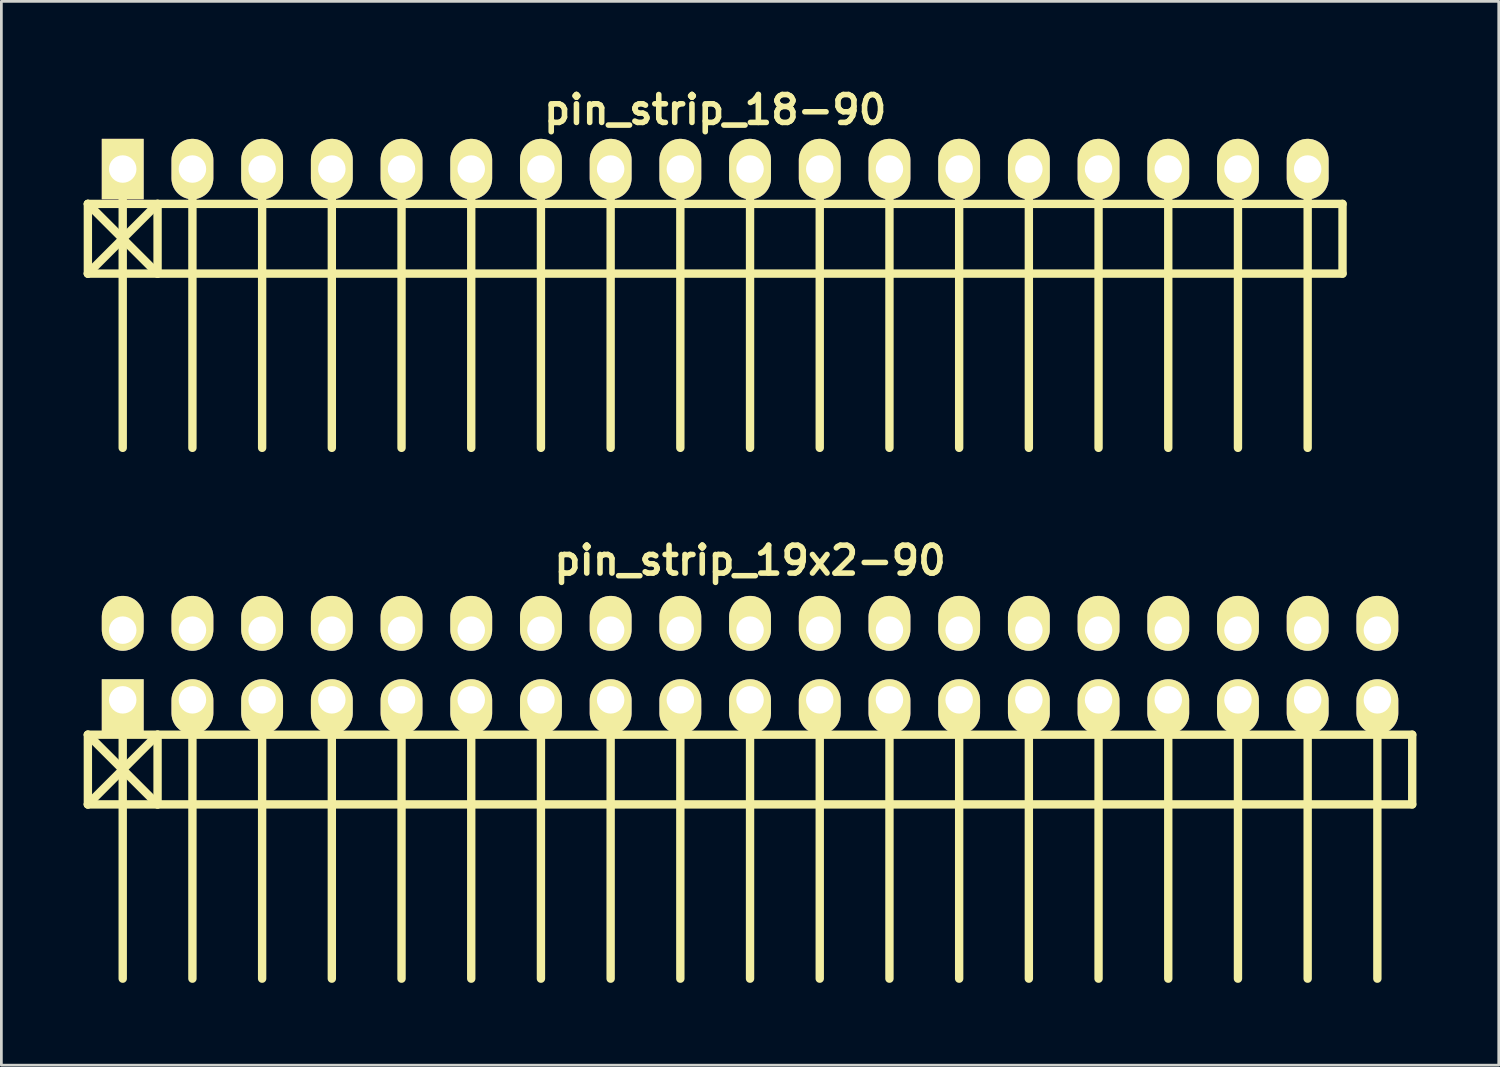
<source format=kicad_pcb>
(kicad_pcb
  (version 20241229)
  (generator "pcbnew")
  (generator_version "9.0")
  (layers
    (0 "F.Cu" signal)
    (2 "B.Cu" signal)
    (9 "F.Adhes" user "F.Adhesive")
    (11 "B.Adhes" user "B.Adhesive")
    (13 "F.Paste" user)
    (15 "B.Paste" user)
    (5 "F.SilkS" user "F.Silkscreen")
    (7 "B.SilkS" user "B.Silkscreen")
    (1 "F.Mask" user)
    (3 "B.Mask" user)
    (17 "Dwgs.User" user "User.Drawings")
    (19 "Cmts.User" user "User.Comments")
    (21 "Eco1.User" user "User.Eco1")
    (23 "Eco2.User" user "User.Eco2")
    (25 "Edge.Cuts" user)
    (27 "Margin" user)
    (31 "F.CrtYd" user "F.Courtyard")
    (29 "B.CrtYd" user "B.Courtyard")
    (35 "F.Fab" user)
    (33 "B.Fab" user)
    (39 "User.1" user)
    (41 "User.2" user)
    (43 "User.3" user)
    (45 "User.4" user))
  (footprint "pin_strip_19x2-90"
    (layer "F.Cu")
    (at 24.282 21.183)
    (property "Reference" "pin_strip_19x2-90" (at 0 -3.81 0) (layer "F.SilkS") (effects (font (size 1.016 1.016) (thickness 0.203))))
    (attr through_hole)
    (fp_line (start -24.13 2.54) (end -21.59 5.08) (stroke (width 0.305) (type solid)) (layer "F.SilkS"))
    (fp_line (start -24.13 5.08) (end -24.13 2.54) (stroke (width 0.305) (type solid)) (layer "F.SilkS"))
    (fp_line (start -24.13 5.08) (end 24.13 5.08) (stroke (width 0.305) (type solid)) (layer "F.SilkS"))
    (fp_line (start -22.86 1.27) (end -22.86 11.43) (stroke (width 0.305) (type solid)) (layer "F.SilkS"))
    (fp_line (start -21.59 2.54) (end -24.13 5.08) (stroke (width 0.305) (type solid)) (layer "F.SilkS"))
    (fp_line (start -21.59 5.08) (end -21.59 2.54) (stroke (width 0.305) (type solid)) (layer "F.SilkS"))
    (fp_line (start -20.32 1.27) (end -20.32 11.43) (stroke (width 0.305) (type solid)) (layer "F.SilkS"))
    (fp_line (start -17.78 11.43) (end -17.78 1.27) (stroke (width 0.305) (type solid)) (layer "F.SilkS"))
    (fp_line (start -15.24 1.27) (end -15.24 11.43) (stroke (width 0.305) (type solid)) (layer "F.SilkS"))
    (fp_line (start -12.7 1.27) (end -12.7 11.43) (stroke (width 0.305) (type solid)) (layer "F.SilkS"))
    (fp_line (start -10.16 1.27) (end -10.16 11.43) (stroke (width 0.305) (type solid)) (layer "F.SilkS"))
    (fp_line (start -7.62 1.27) (end -7.62 11.43) (stroke (width 0.305) (type solid)) (layer "F.SilkS"))
    (fp_line (start -5.08 1.27) (end -5.08 11.43) (stroke (width 0.305) (type solid)) (layer "F.SilkS"))
    (fp_line (start -2.54 1.27) (end -2.54 11.43) (stroke (width 0.305) (type solid)) (layer "F.SilkS"))
    (fp_line (start 0 1.27) (end 0 11.43) (stroke (width 0.305) (type solid)) (layer "F.SilkS"))
    (fp_line (start 2.54 1.27) (end 2.54 11.43) (stroke (width 0.305) (type solid)) (layer "F.SilkS"))
    (fp_line (start 5.08 1.27) (end 5.08 11.43) (stroke (width 0.305) (type solid)) (layer "F.SilkS"))
    (fp_line (start 7.62 11.43) (end 7.62 1.27) (stroke (width 0.305) (type solid)) (layer "F.SilkS"))
    (fp_line (start 10.16 1.27) (end 10.16 11.43) (stroke (width 0.305) (type solid)) (layer "F.SilkS"))
    (fp_line (start 12.7 1.27) (end 12.7 11.43) (stroke (width 0.305) (type solid)) (layer "F.SilkS"))
    (fp_line (start 15.24 1.27) (end 15.24 11.43) (stroke (width 0.305) (type solid)) (layer "F.SilkS"))
    (fp_line (start 17.78 1.27) (end 17.78 11.43) (stroke (width 0.305) (type solid)) (layer "F.SilkS"))
    (fp_line (start 20.32 1.27) (end 20.32 11.43) (stroke (width 0.305) (type solid)) (layer "F.SilkS"))
    (fp_line (start 22.86 1.27) (end 22.86 11.43) (stroke (width 0.305) (type solid)) (layer "F.SilkS"))
    (fp_line (start 24.13 2.54) (end -24.13 2.54) (stroke (width 0.305) (type solid)) (layer "F.SilkS"))
    (fp_line (start 24.13 2.54) (end 24.13 5.08) (stroke (width 0.305) (type solid)) (layer "F.SilkS"))
    (pad "1" thru_hole rect (at -22.86 1.27) (size 1.524 1.999) (drill 1.001 (offset 0 0.249)) (layers "*.Cu" "*.Mask" "F.SilkS"))
    (pad "2" thru_hole oval (at -22.86 -1.27) (size 1.524 1.999) (drill 1.001 (offset 0 -0.249)) (layers "*.Cu" "*.Mask" "F.SilkS"))
    (pad "3" thru_hole oval (at -20.32 1.27) (size 1.524 1.999) (drill 1.001 (offset 0 0.249)) (layers "*.Cu" "*.Mask" "F.SilkS"))
    (pad "4" thru_hole oval (at -20.32 -1.27) (size 1.524 1.999) (drill 1.001 (offset 0 -0.249)) (layers "*.Cu" "*.Mask" "F.SilkS"))
    (pad "5" thru_hole oval (at -17.78 1.27) (size 1.524 1.999) (drill 1.001 (offset 0 0.249)) (layers "*.Cu" "*.Mask" "F.SilkS"))
    (pad "6" thru_hole oval (at -17.78 -1.27) (size 1.524 1.999) (drill 1.001 (offset 0 -0.249)) (layers "*.Cu" "*.Mask" "F.SilkS"))
    (pad "7" thru_hole oval (at -15.24 1.27) (size 1.524 1.999) (drill 1.001 (offset 0 0.249)) (layers "*.Cu" "*.Mask" "F.SilkS"))
    (pad "8" thru_hole oval (at -15.24 -1.27) (size 1.524 1.999) (drill 1.001 (offset 0 -0.249)) (layers "*.Cu" "*.Mask" "F.SilkS"))
    (pad "9" thru_hole oval (at -12.7 1.27) (size 1.524 1.999) (drill 1.001 (offset 0 0.249)) (layers "*.Cu" "*.Mask" "F.SilkS"))
    (pad "10" thru_hole oval (at -12.7 -1.27) (size 1.524 1.999) (drill 1.001 (offset 0 -0.249)) (layers "*.Cu" "*.Mask" "F.SilkS"))
    (pad "11" thru_hole oval (at -10.16 1.27) (size 1.524 1.999) (drill 1.001 (offset 0 0.249)) (layers "*.Cu" "*.Mask" "F.SilkS"))
    (pad "12" thru_hole oval (at -10.16 -1.27) (size 1.524 1.999) (drill 1.001 (offset 0 -0.249)) (layers "*.Cu" "*.Mask" "F.SilkS"))
    (pad "13" thru_hole oval (at -7.62 1.27) (size 1.524 1.999) (drill 1.001 (offset 0 0.249)) (layers "*.Cu" "*.Mask" "F.SilkS"))
    (pad "14" thru_hole oval (at -7.62 -1.27) (size 1.524 1.999) (drill 1.001 (offset 0 -0.249)) (layers "*.Cu" "*.Mask" "F.SilkS"))
    (pad "15" thru_hole oval (at -5.08 1.27) (size 1.524 1.999) (drill 1.001 (offset 0 0.249)) (layers "*.Cu" "*.Mask" "F.SilkS"))
    (pad "16" thru_hole oval (at -5.08 -1.27) (size 1.524 1.999) (drill 1.001 (offset 0 -0.249)) (layers "*.Cu" "*.Mask" "F.SilkS"))
    (pad "17" thru_hole oval (at -2.54 1.27) (size 1.524 1.999) (drill 1.001 (offset 0 0.249)) (layers "*.Cu" "*.Mask" "F.SilkS"))
    (pad "18" thru_hole oval (at -2.54 -1.27) (size 1.524 1.999) (drill 1.001 (offset 0 -0.249)) (layers "*.Cu" "*.Mask" "F.SilkS"))
    (pad "19" thru_hole oval (at 0 1.27) (size 1.524 1.999) (drill 1.001 (offset 0 0.249)) (layers "*.Cu" "*.Mask" "F.SilkS"))
    (pad "20" thru_hole oval (at 0 -1.27) (size 1.524 1.999) (drill 1.001 (offset 0 -0.249)) (layers "*.Cu" "*.Mask" "F.SilkS"))
    (pad "21" thru_hole oval (at 2.54 1.27) (size 1.524 1.999) (drill 1.001 (offset 0 0.249)) (layers "*.Cu" "*.Mask" "F.SilkS"))
    (pad "22" thru_hole oval (at 2.54 -1.27) (size 1.524 1.999) (drill 1.001 (offset 0 -0.249)) (layers "*.Cu" "*.Mask" "F.SilkS"))
    (pad "23" thru_hole oval (at 5.08 1.27) (size 1.524 1.999) (drill 1.001 (offset 0 0.249)) (layers "*.Cu" "*.Mask" "F.SilkS"))
    (pad "24" thru_hole oval (at 5.08 -1.27) (size 1.524 1.999) (drill 1.001 (offset 0 -0.249)) (layers "*.Cu" "*.Mask" "F.SilkS"))
    (pad "25" thru_hole oval (at 7.62 1.27) (size 1.524 1.999) (drill 1.001 (offset 0 0.249)) (layers "*.Cu" "*.Mask" "F.SilkS"))
    (pad "26" thru_hole oval (at 7.62 -1.27) (size 1.524 1.999) (drill 1.001 (offset 0 -0.249)) (layers "*.Cu" "*.Mask" "F.SilkS"))
    (pad "27" thru_hole oval (at 10.16 1.27) (size 1.524 1.999) (drill 1.001 (offset 0 0.249)) (layers "*.Cu" "*.Mask" "F.SilkS"))
    (pad "28" thru_hole oval (at 10.16 -1.27) (size 1.524 1.999) (drill 1.001 (offset 0 -0.249)) (layers "*.Cu" "*.Mask" "F.SilkS"))
    (pad "29" thru_hole oval (at 12.7 1.27) (size 1.524 1.999) (drill 1.001 (offset 0 0.249)) (layers "*.Cu" "*.Mask" "F.SilkS"))
    (pad "30" thru_hole oval (at 12.7 -1.27) (size 1.524 1.999) (drill 1.001 (offset 0 -0.249)) (layers "*.Cu" "*.Mask" "F.SilkS"))
    (pad "31" thru_hole oval (at 15.24 1.27) (size 1.524 1.999) (drill 1.001 (offset 0 0.249)) (layers "*.Cu" "*.Mask" "F.SilkS"))
    (pad "32" thru_hole oval (at 15.24 -1.27) (size 1.524 1.999) (drill 1.001 (offset 0 -0.249)) (layers "*.Cu" "*.Mask" "F.SilkS"))
    (pad "33" thru_hole oval (at 17.78 1.27) (size 1.524 1.999) (drill 1.001 (offset 0 0.249)) (layers "*.Cu" "*.Mask" "F.SilkS"))
    (pad "34" thru_hole oval (at 17.78 -1.27) (size 1.524 1.999) (drill 1.001 (offset 0 -0.249)) (layers "*.Cu" "*.Mask" "F.SilkS"))
    (pad "35" thru_hole oval (at 20.32 1.27) (size 1.524 1.999) (drill 1.001 (offset 0 0.249)) (layers "*.Cu" "*.Mask" "F.SilkS"))
    (pad "36" thru_hole oval (at 20.32 -1.27) (size 1.524 1.999) (drill 1.001 (offset 0 -0.249)) (layers "*.Cu" "*.Mask" "F.SilkS"))
    (pad "37" thru_hole oval (at 22.86 1.27) (size 1.524 1.999) (drill 1.001 (offset 0 0.249)) (layers "*.Cu" "*.Mask" "F.SilkS"))
    (pad "38" thru_hole oval (at 22.86 -1.27) (size 1.524 1.999) (drill 1.001 (offset 0 -0.249)) (layers "*.Cu" "*.Mask" "F.SilkS")))
  (footprint "pin_strip_18-90"
    (layer "F.Cu")
    (at 23.012 3.11)
    (property "Reference" "pin_strip_18-90" (at 0 -2.159 0) (layer "F.SilkS") (effects (font (size 1.016 1.016) (thickness 0.203))))
    (attr through_hole)
    (fp_line (start -22.86 1.27) (end 22.86 1.27) (stroke (width 0.305) (type solid)) (layer "F.SilkS"))
    (fp_line (start -22.86 3.81) (end -22.86 1.27) (stroke (width 0.305) (type solid)) (layer "F.SilkS"))
    (fp_line (start -22.86 3.81) (end -20.32 1.27) (stroke (width 0.305) (type solid)) (layer "F.SilkS"))
    (fp_line (start -21.59 0) (end -21.59 10.16) (stroke (width 0.305) (type solid)) (layer "F.SilkS"))
    (fp_line (start -20.32 1.27) (end -20.32 3.81) (stroke (width 0.305) (type solid)) (layer "F.SilkS"))
    (fp_line (start -20.32 3.81) (end -22.86 1.27) (stroke (width 0.305) (type solid)) (layer "F.SilkS"))
    (fp_line (start -19.05 0) (end -19.05 10.16) (stroke (width 0.305) (type solid)) (layer "F.SilkS"))
    (fp_line (start -16.51 10.16) (end -16.51 0) (stroke (width 0.305) (type solid)) (layer "F.SilkS"))
    (fp_line (start -13.97 0) (end -13.97 10.16) (stroke (width 0.305) (type solid)) (layer "F.SilkS"))
    (fp_line (start -11.43 0) (end -11.43 10.16) (stroke (width 0.305) (type solid)) (layer "F.SilkS"))
    (fp_line (start -8.89 0) (end -8.89 10.16) (stroke (width 0.305) (type solid)) (layer "F.SilkS"))
    (fp_line (start -6.35 0) (end -6.35 10.16) (stroke (width 0.305) (type solid)) (layer "F.SilkS"))
    (fp_line (start -3.81 0) (end -3.81 10.16) (stroke (width 0.305) (type solid)) (layer "F.SilkS"))
    (fp_line (start -1.27 0) (end -1.27 10.16) (stroke (width 0.305) (type solid)) (layer "F.SilkS"))
    (fp_line (start 1.27 0) (end 1.27 10.16) (stroke (width 0.305) (type solid)) (layer "F.SilkS"))
    (fp_line (start 3.81 0) (end 3.81 10.16) (stroke (width 0.305) (type solid)) (layer "F.SilkS"))
    (fp_line (start 6.35 0) (end 6.35 10.16) (stroke (width 0.305) (type solid)) (layer "F.SilkS"))
    (fp_line (start 8.89 10.16) (end 8.89 0) (stroke (width 0.305) (type solid)) (layer "F.SilkS"))
    (fp_line (start 11.43 0) (end 11.43 10.16) (stroke (width 0.305) (type solid)) (layer "F.SilkS"))
    (fp_line (start 13.97 0) (end 13.97 10.16) (stroke (width 0.305) (type solid)) (layer "F.SilkS"))
    (fp_line (start 16.51 0) (end 16.51 10.16) (stroke (width 0.305) (type solid)) (layer "F.SilkS"))
    (fp_line (start 19.05 0) (end 19.05 10.16) (stroke (width 0.305) (type solid)) (layer "F.SilkS"))
    (fp_line (start 21.59 0) (end 21.59 10.16) (stroke (width 0.305) (type solid)) (layer "F.SilkS"))
    (fp_line (start 22.86 1.27) (end 22.86 3.81) (stroke (width 0.305) (type solid)) (layer "F.SilkS"))
    (fp_line (start 22.86 3.81) (end -22.86 3.81) (stroke (width 0.305) (type solid)) (layer "F.SilkS"))
    (pad "1" thru_hole rect (at -21.59 0) (size 1.524 2.2) (drill 1.001) (layers "*.Cu" "*.Mask" "F.SilkS"))
    (pad "2" thru_hole oval (at -19.05 0) (size 1.524 2.2) (drill 1.001) (layers "*.Cu" "*.Mask" "F.SilkS"))
    (pad "3" thru_hole oval (at -16.51 0) (size 1.524 2.2) (drill 1.001) (layers "*.Cu" "*.Mask" "F.SilkS"))
    (pad "4" thru_hole oval (at -13.97 0) (size 1.524 2.2) (drill 1.001) (layers "*.Cu" "*.Mask" "F.SilkS"))
    (pad "5" thru_hole oval (at -11.43 0) (size 1.524 2.2) (drill 1.001) (layers "*.Cu" "*.Mask" "F.SilkS"))
    (pad "6" thru_hole oval (at -8.89 0) (size 1.524 2.2) (drill 1.001) (layers "*.Cu" "*.Mask" "F.SilkS"))
    (pad "7" thru_hole oval (at -6.35 0) (size 1.524 2.2) (drill 1.001) (layers "*.Cu" "*.Mask" "F.SilkS"))
    (pad "8" thru_hole oval (at -3.81 0) (size 1.524 2.2) (drill 1.001) (layers "*.Cu" "*.Mask" "F.SilkS"))
    (pad "9" thru_hole oval (at -1.27 0) (size 1.524 2.2) (drill 1.001) (layers "*.Cu" "*.Mask" "F.SilkS"))
    (pad "10" thru_hole oval (at 1.27 0) (size 1.524 2.2) (drill 1.001) (layers "*.Cu" "*.Mask" "F.SilkS"))
    (pad "11" thru_hole oval (at 3.81 0) (size 1.524 2.2) (drill 1.001) (layers "*.Cu" "*.Mask" "F.SilkS"))
    (pad "12" thru_hole oval (at 6.35 0) (size 1.524 2.2) (drill 1.001) (layers "*.Cu" "*.Mask" "F.SilkS"))
    (pad "13" thru_hole oval (at 8.89 0) (size 1.524 2.2) (drill 1.001) (layers "*.Cu" "*.Mask" "F.SilkS"))
    (pad "14" thru_hole oval (at 11.43 0) (size 1.524 2.2) (drill 1.001) (layers "*.Cu" "*.Mask" "F.SilkS"))
    (pad "15" thru_hole oval (at 13.97 0) (size 1.524 2.2) (drill 1.001) (layers "*.Cu" "*.Mask" "F.SilkS"))
    (pad "16" thru_hole oval (at 16.51 0) (size 1.524 2.2) (drill 1.001) (layers "*.Cu" "*.Mask" "F.SilkS"))
    (pad "17" thru_hole oval (at 19.05 0) (size 1.524 2.2) (drill 1.001) (layers "*.Cu" "*.Mask" "F.SilkS"))
    (pad "18" thru_hole oval (at 21.59 0) (size 1.524 2.2) (drill 1.001) (layers "*.Cu" "*.Mask" "F.SilkS")))
  (gr_rect
    (start -3 -3)
    (end 51.565 35.766)
    (stroke (width 0.1) (type default))
    (fill no)
    (layer "Edge.Cuts")))
</source>
